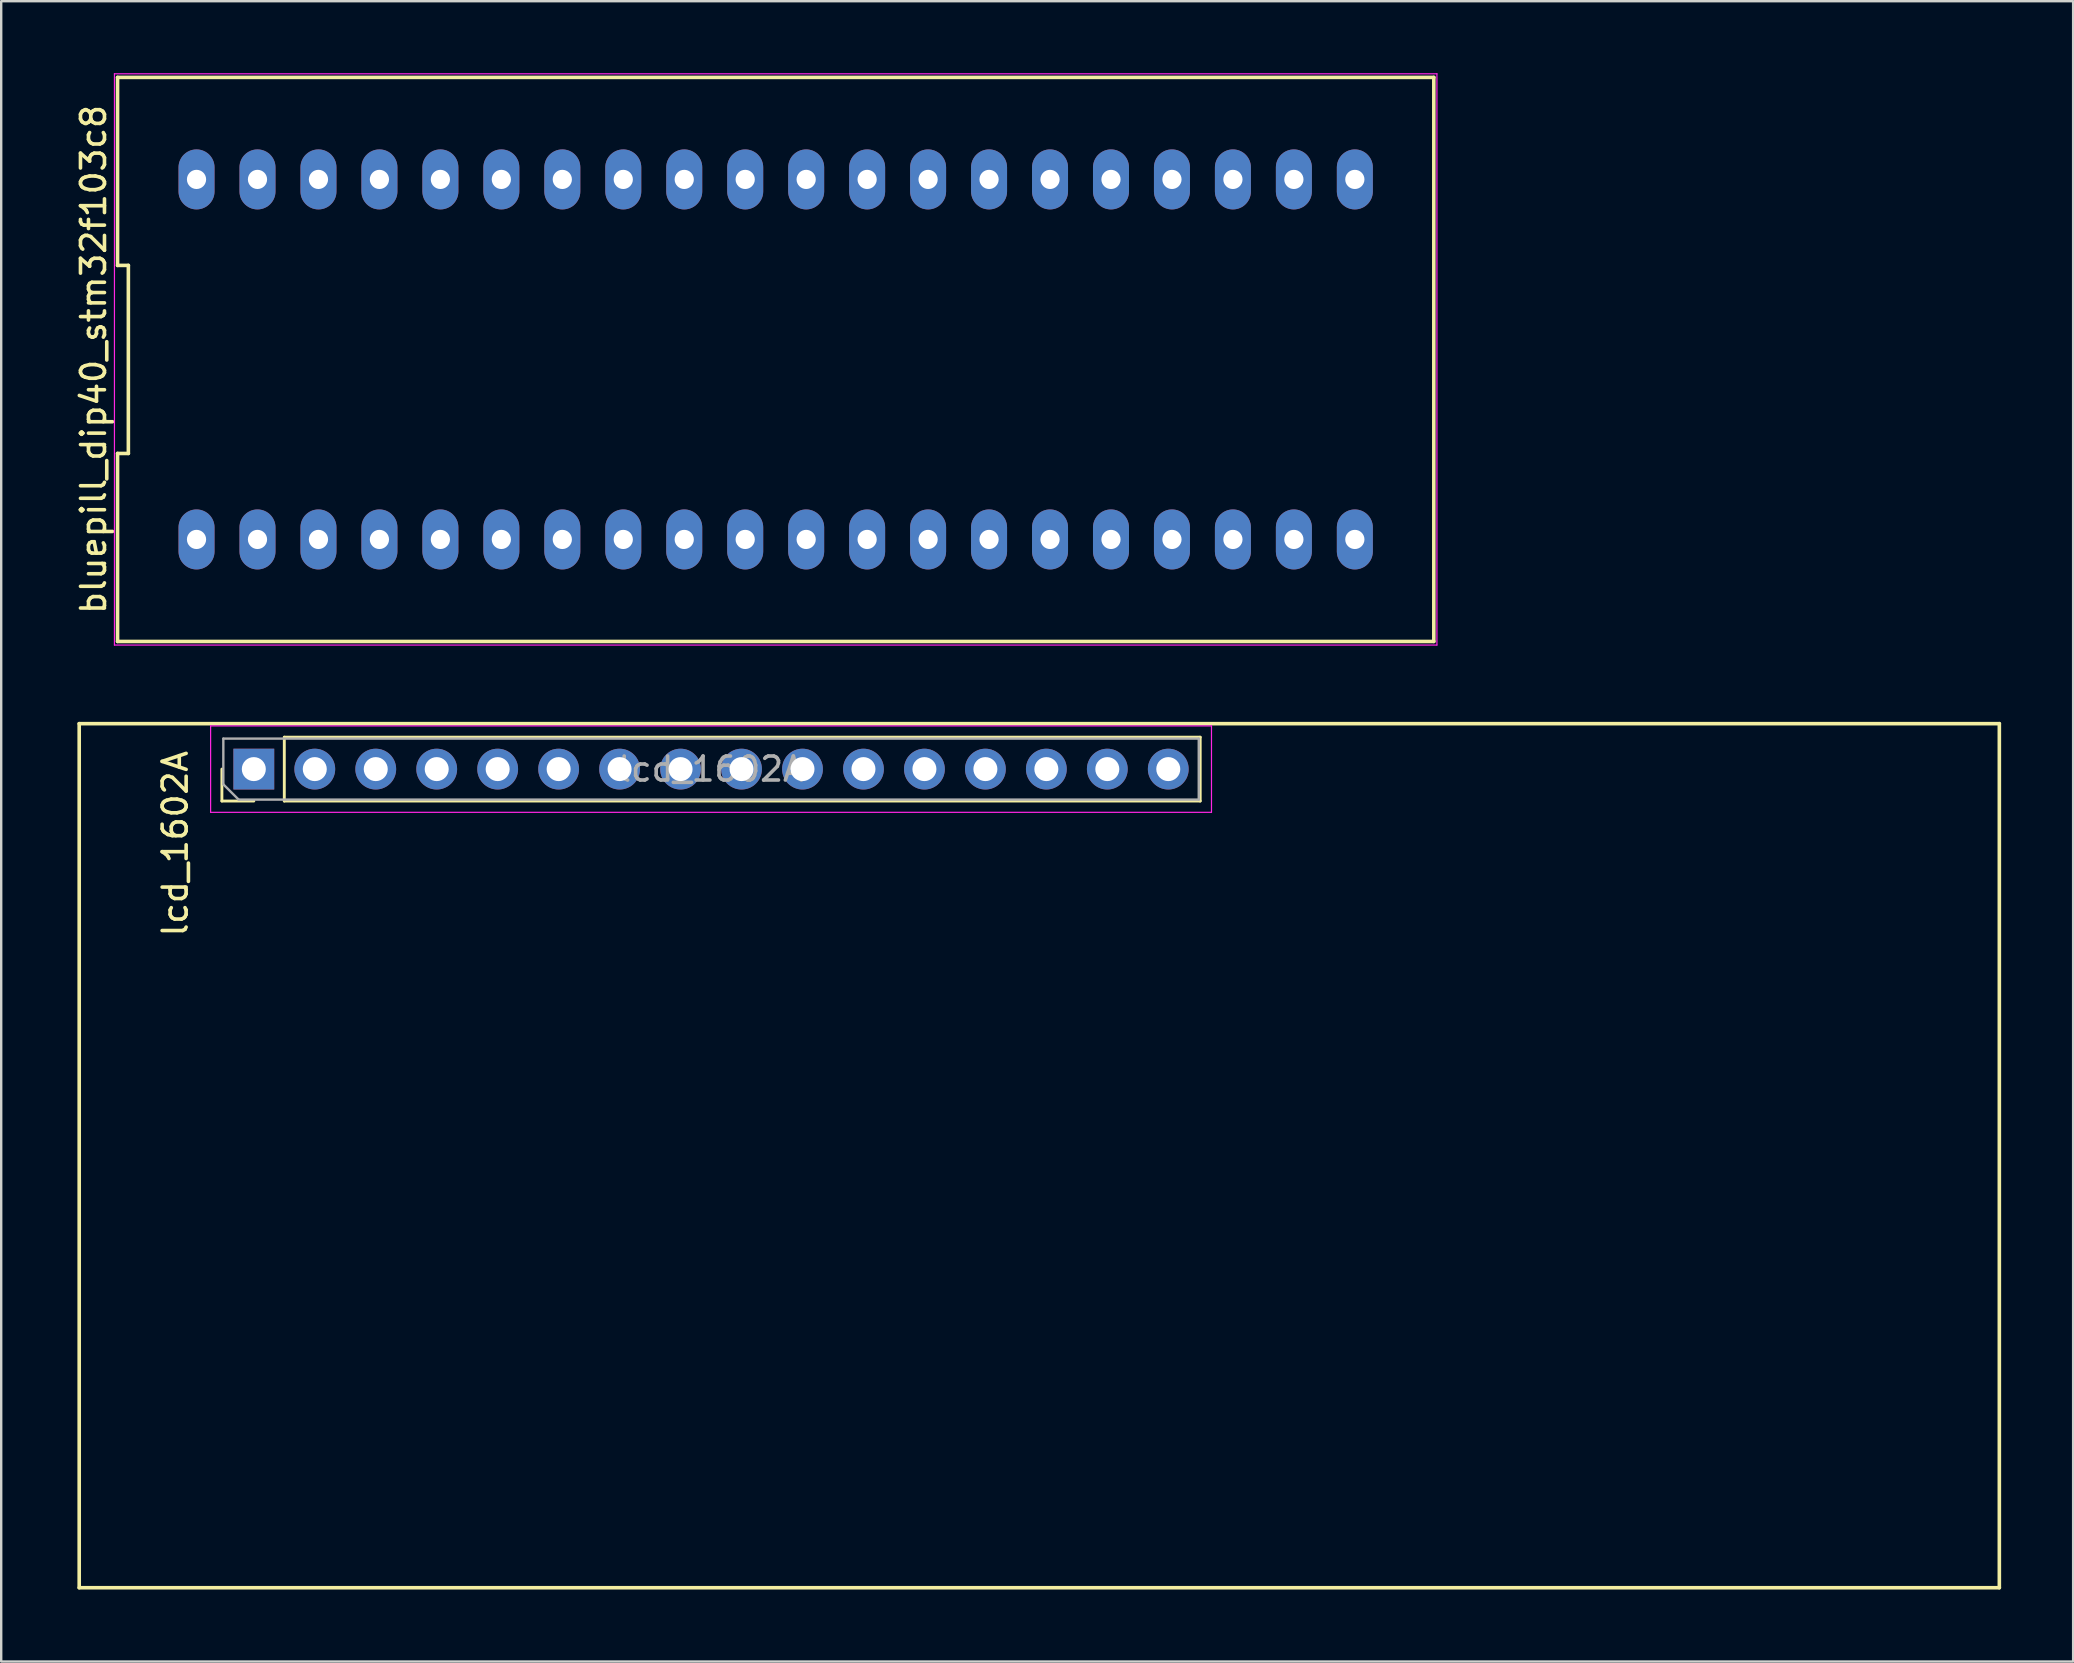
<source format=kicad_pcb>
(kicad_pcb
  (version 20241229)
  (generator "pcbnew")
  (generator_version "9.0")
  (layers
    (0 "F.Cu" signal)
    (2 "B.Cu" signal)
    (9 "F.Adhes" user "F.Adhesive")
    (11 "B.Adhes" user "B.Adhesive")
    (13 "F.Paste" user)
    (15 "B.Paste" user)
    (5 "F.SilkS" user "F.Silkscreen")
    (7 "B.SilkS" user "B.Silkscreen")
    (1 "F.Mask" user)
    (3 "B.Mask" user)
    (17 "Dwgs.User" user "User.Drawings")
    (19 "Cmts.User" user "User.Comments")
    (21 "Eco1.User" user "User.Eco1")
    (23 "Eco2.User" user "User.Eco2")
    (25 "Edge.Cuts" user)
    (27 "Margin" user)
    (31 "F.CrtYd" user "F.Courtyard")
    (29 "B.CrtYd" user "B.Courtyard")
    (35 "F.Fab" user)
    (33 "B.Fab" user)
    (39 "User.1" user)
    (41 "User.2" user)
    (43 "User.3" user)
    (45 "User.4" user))
  (footprint "lcd_1602A"
    (layer "F.Cu")
    (at 0.25 27.1)
    (property "Reference" "lcd_1602A" (at 4 5 90) (layer "F.SilkS") (effects (font (size 1 1) (thickness 0.15))))
    (attr through_hole)
    (fp_line (start 0 0) (end 80 0) (stroke (width 0.15) (type solid)) (layer "F.SilkS"))
    (fp_line (start 0 36) (end 0 0) (stroke (width 0.15) (type solid)) (layer "F.SilkS"))
    (fp_line (start 5.945 3.224) (end 5.945 1.894) (stroke (width 0.12) (type solid)) (layer "F.SilkS"))
    (fp_line (start 7.275 3.224) (end 5.945 3.224) (stroke (width 0.12) (type solid)) (layer "F.SilkS"))
    (fp_line (start 8.545 0.564) (end 46.705 0.564) (stroke (width 0.12) (type solid)) (layer "F.SilkS"))
    (fp_line (start 8.545 3.224) (end 8.545 0.564) (stroke (width 0.12) (type solid)) (layer "F.SilkS"))
    (fp_line (start 8.545 3.224) (end 46.705 3.224) (stroke (width 0.12) (type solid)) (layer "F.SilkS"))
    (fp_line (start 46.705 3.224) (end 46.705 0.564) (stroke (width 0.12) (type solid)) (layer "F.SilkS"))
    (fp_line (start 80 0) (end 80 36) (stroke (width 0.15) (type solid)) (layer "F.SilkS"))
    (fp_line (start 80 36) (end 0 36) (stroke (width 0.15) (type solid)) (layer "F.SilkS"))
    (fp_line (start 5.475 0.094) (end 5.475 3.694) (stroke (width 0.05) (type solid)) (layer "F.CrtYd"))
    (fp_line (start 5.475 3.694) (end 47.175 3.694) (stroke (width 0.05) (type solid)) (layer "F.CrtYd"))
    (fp_line (start 47.175 0.094) (end 5.475 0.094) (stroke (width 0.05) (type solid)) (layer "F.CrtYd"))
    (fp_line (start 47.175 3.694) (end 47.175 0.094) (stroke (width 0.05) (type solid)) (layer "F.CrtYd"))
    (fp_line (start 6.005 0.624) (end 46.645 0.624) (stroke (width 0.1) (type solid)) (layer "F.Fab"))
    (fp_line (start 6.005 2.529) (end 6.005 0.624) (stroke (width 0.1) (type solid)) (layer "F.Fab"))
    (fp_line (start 6.64 3.164) (end 6.005 2.529) (stroke (width 0.1) (type solid)) (layer "F.Fab"))
    (fp_line (start 46.645 0.624) (end 46.645 3.164) (stroke (width 0.1) (type solid)) (layer "F.Fab"))
    (fp_line (start 46.645 3.164) (end 6.64 3.164) (stroke (width 0.1) (type solid)) (layer "F.Fab"))
    (fp_text user "${REFERENCE}" (at 26.325 1.894 180) (layer "F.Fab") (effects (font (size 1 1) (thickness 0.15))))
    (pad "1" thru_hole rect (at 7.275 1.894 90) (size 1.7 1.7) (drill 1) (layers "*.Cu" "*.Mask"))
    (pad "2" thru_hole oval (at 9.815 1.894 90) (size 1.7 1.7) (drill 1) (layers "*.Cu" "*.Mask"))
    (pad "3" thru_hole oval (at 12.355 1.894 90) (size 1.7 1.7) (drill 1) (layers "*.Cu" "*.Mask"))
    (pad "4" thru_hole oval (at 14.895 1.894 90) (size 1.7 1.7) (drill 1) (layers "*.Cu" "*.Mask"))
    (pad "5" thru_hole oval (at 17.435 1.894 90) (size 1.7 1.7) (drill 1) (layers "*.Cu" "*.Mask"))
    (pad "6" thru_hole oval (at 19.975 1.894 90) (size 1.7 1.7) (drill 1) (layers "*.Cu" "*.Mask"))
    (pad "7" thru_hole oval (at 22.515 1.894 90) (size 1.7 1.7) (drill 1) (layers "*.Cu" "*.Mask"))
    (pad "8" thru_hole oval (at 25.055 1.894 90) (size 1.7 1.7) (drill 1) (layers "*.Cu" "*.Mask"))
    (pad "9" thru_hole oval (at 27.595 1.894 90) (size 1.7 1.7) (drill 1) (layers "*.Cu" "*.Mask"))
    (pad "10" thru_hole oval (at 30.135 1.894 90) (size 1.7 1.7) (drill 1) (layers "*.Cu" "*.Mask"))
    (pad "11" thru_hole oval (at 32.675 1.894 90) (size 1.7 1.7) (drill 1) (layers "*.Cu" "*.Mask"))
    (pad "12" thru_hole oval (at 35.215 1.894 90) (size 1.7 1.7) (drill 1) (layers "*.Cu" "*.Mask"))
    (pad "13" thru_hole oval (at 37.755 1.894 90) (size 1.7 1.7) (drill 1) (layers "*.Cu" "*.Mask"))
    (pad "14" thru_hole oval (at 40.295 1.894 90) (size 1.7 1.7) (drill 1) (layers "*.Cu" "*.Mask"))
    (pad "15" thru_hole oval (at 42.835 1.894 90) (size 1.7 1.7) (drill 1) (layers "*.Cu" "*.Mask"))
    (pad "16" thru_hole oval (at 45.375 1.894 90) (size 1.7 1.7) (drill 1) (layers "*.Cu" "*.Mask")))
  (footprint "bluepill_dip40_stm32f103c8"
    (layer "F.Cu")
    (at 29.268 11.925)
    (property "Reference" "bluepill_dip40_stm32f103c8" (at -28.42 0 90) (layer "F.SilkS") (effects (font (size 1 1) (thickness 0.15))))
    (attr through_hole)
    (fp_line (start -27.42 -11.75) (end -27.42 -3.917) (stroke (width 0.15) (type solid)) (layer "F.SilkS"))
    (fp_line (start -27.42 -3.917) (end -26.97 -3.917) (stroke (width 0.15) (type solid)) (layer "F.SilkS"))
    (fp_line (start -27.42 3.917) (end -27.42 11.75) (stroke (width 0.15) (type solid)) (layer "F.SilkS"))
    (fp_line (start -27.42 11.75) (end 27.42 11.75) (stroke (width 0.15) (type solid)) (layer "F.SilkS"))
    (fp_line (start -26.97 -3.917) (end -26.97 3.917) (stroke (width 0.15) (type solid)) (layer "F.SilkS"))
    (fp_line (start -26.97 3.917) (end -27.42 3.917) (stroke (width 0.15) (type solid)) (layer "F.SilkS"))
    (fp_line (start 27.42 -11.75) (end -27.42 -11.75) (stroke (width 0.15) (type solid)) (layer "F.SilkS"))
    (fp_line (start 27.42 11.75) (end 27.42 -11.75) (stroke (width 0.15) (type solid)) (layer "F.SilkS"))
    (fp_line (start -27.55 -11.9) (end 27.55 -11.9) (stroke (width 0.05) (type solid)) (layer "F.CrtYd"))
    (fp_line (start -27.55 11.9) (end -27.55 -11.9) (stroke (width 0.05) (type solid)) (layer "F.CrtYd"))
    (fp_line (start 27.55 -11.9) (end 27.55 11.9) (stroke (width 0.05) (type solid)) (layer "F.CrtYd"))
    (fp_line (start 27.55 11.9) (end -27.55 11.9) (stroke (width 0.05) (type solid)) (layer "F.CrtYd"))
    (pad "1" thru_hole oval (at -24.13 7.5) (size 1.5 2.5) (drill 0.8) (layers "*.Cu" "*.Mask"))
    (pad "2" thru_hole oval (at -21.59 7.5) (size 1.5 2.5) (drill 0.8) (layers "*.Cu" "*.Mask"))
    (pad "3" thru_hole oval (at -19.05 7.5) (size 1.5 2.5) (drill 0.8) (layers "*.Cu" "*.Mask"))
    (pad "4" thru_hole oval (at -16.51 7.5) (size 1.5 2.5) (drill 0.8) (layers "*.Cu" "*.Mask"))
    (pad "5" thru_hole oval (at -13.97 7.5) (size 1.5 2.5) (drill 0.8) (layers "*.Cu" "*.Mask"))
    (pad "6" thru_hole oval (at -11.43 7.5) (size 1.5 2.5) (drill 0.8) (layers "*.Cu" "*.Mask"))
    (pad "7" thru_hole oval (at -8.89 7.5) (size 1.5 2.5) (drill 0.8) (layers "*.Cu" "*.Mask"))
    (pad "8" thru_hole oval (at -6.35 7.5) (size 1.5 2.5) (drill 0.8) (layers "*.Cu" "*.Mask"))
    (pad "9" thru_hole oval (at -3.81 7.5) (size 1.5 2.5) (drill 0.8) (layers "*.Cu" "*.Mask"))
    (pad "10" thru_hole oval (at -1.27 7.5) (size 1.5 2.5) (drill 0.8) (layers "*.Cu" "*.Mask"))
    (pad "11" thru_hole oval (at 1.27 7.5) (size 1.5 2.5) (drill 0.8) (layers "*.Cu" "*.Mask"))
    (pad "12" thru_hole oval (at 3.81 7.5) (size 1.5 2.5) (drill 0.8) (layers "*.Cu" "*.Mask"))
    (pad "13" thru_hole oval (at 6.35 7.5) (size 1.5 2.5) (drill 0.8) (layers "*.Cu" "*.Mask"))
    (pad "14" thru_hole oval (at 8.89 7.5) (size 1.5 2.5) (drill 0.8) (layers "*.Cu" "*.Mask"))
    (pad "15" thru_hole oval (at 11.43 7.5) (size 1.5 2.5) (drill 0.8) (layers "*.Cu" "*.Mask"))
    (pad "16" thru_hole oval (at 13.97 7.5) (size 1.5 2.5) (drill 0.8) (layers "*.Cu" "*.Mask"))
    (pad "17" thru_hole oval (at 16.51 7.5) (size 1.5 2.5) (drill 0.8) (layers "*.Cu" "*.Mask"))
    (pad "18" thru_hole oval (at 19.05 7.5) (size 1.5 2.5) (drill 0.8) (layers "*.Cu" "*.Mask"))
    (pad "19" thru_hole oval (at 21.59 7.5) (size 1.5 2.5) (drill 0.8) (layers "*.Cu" "*.Mask"))
    (pad "20" thru_hole oval (at 24.13 7.5) (size 1.5 2.5) (drill 0.8) (layers "*.Cu" "*.Mask"))
    (pad "21" thru_hole oval (at 24.13 -7.5) (size 1.5 2.5) (drill 0.8) (layers "*.Cu" "*.Mask"))
    (pad "22" thru_hole oval (at 21.59 -7.5) (size 1.5 2.5) (drill 0.8) (layers "*.Cu" "*.Mask"))
    (pad "23" thru_hole oval (at 19.05 -7.5) (size 1.5 2.5) (drill 0.8) (layers "*.Cu" "*.Mask"))
    (pad "24" thru_hole oval (at 16.51 -7.5) (size 1.5 2.5) (drill 0.8) (layers "*.Cu" "*.Mask"))
    (pad "25" thru_hole oval (at 13.97 -7.5) (size 1.5 2.5) (drill 0.8) (layers "*.Cu" "*.Mask"))
    (pad "26" thru_hole oval (at 11.43 -7.5) (size 1.5 2.5) (drill 0.8) (layers "*.Cu" "*.Mask"))
    (pad "27" thru_hole oval (at 8.89 -7.5) (size 1.5 2.5) (drill 0.8) (layers "*.Cu" "*.Mask"))
    (pad "28" thru_hole oval (at 6.35 -7.5) (size 1.5 2.5) (drill 0.8) (layers "*.Cu" "*.Mask"))
    (pad "29" thru_hole oval (at 3.81 -7.5) (size 1.5 2.5) (drill 0.8) (layers "*.Cu" "*.Mask"))
    (pad "30" thru_hole oval (at 1.27 -7.5) (size 1.5 2.5) (drill 0.8) (layers "*.Cu" "*.Mask"))
    (pad "31" thru_hole oval (at -1.27 -7.5) (size 1.5 2.5) (drill 0.8) (layers "*.Cu" "*.Mask"))
    (pad "32" thru_hole oval (at -3.81 -7.5) (size 1.5 2.5) (drill 0.8) (layers "*.Cu" "*.Mask"))
    (pad "33" thru_hole oval (at -6.35 -7.5) (size 1.5 2.5) (drill 0.8) (layers "*.Cu" "*.Mask"))
    (pad "34" thru_hole oval (at -8.89 -7.5) (size 1.5 2.5) (drill 0.8) (layers "*.Cu" "*.Mask"))
    (pad "35" thru_hole oval (at -11.43 -7.5) (size 1.5 2.5) (drill 0.8) (layers "*.Cu" "*.Mask"))
    (pad "36" thru_hole oval (at -13.97 -7.5) (size 1.5 2.5) (drill 0.8) (layers "*.Cu" "*.Mask"))
    (pad "37" thru_hole oval (at -16.51 -7.5) (size 1.5 2.5) (drill 0.8) (layers "*.Cu" "*.Mask"))
    (pad "38" thru_hole oval (at -19.05 -7.5) (size 1.5 2.5) (drill 0.8) (layers "*.Cu" "*.Mask"))
    (pad "39" thru_hole oval (at -21.59 -7.5) (size 1.5 2.5) (drill 0.8) (layers "*.Cu" "*.Mask"))
    (pad "40" thru_hole oval (at -24.13 -7.5) (size 1.5 2.5) (drill 0.8) (layers "*.Cu" "*.Mask")))
  (gr_rect
    (start -3 -3)
    (end 83.325 66.175)
    (stroke (width 0.1) (type default))
    (fill no)
    (layer "Edge.Cuts")))
</source>
